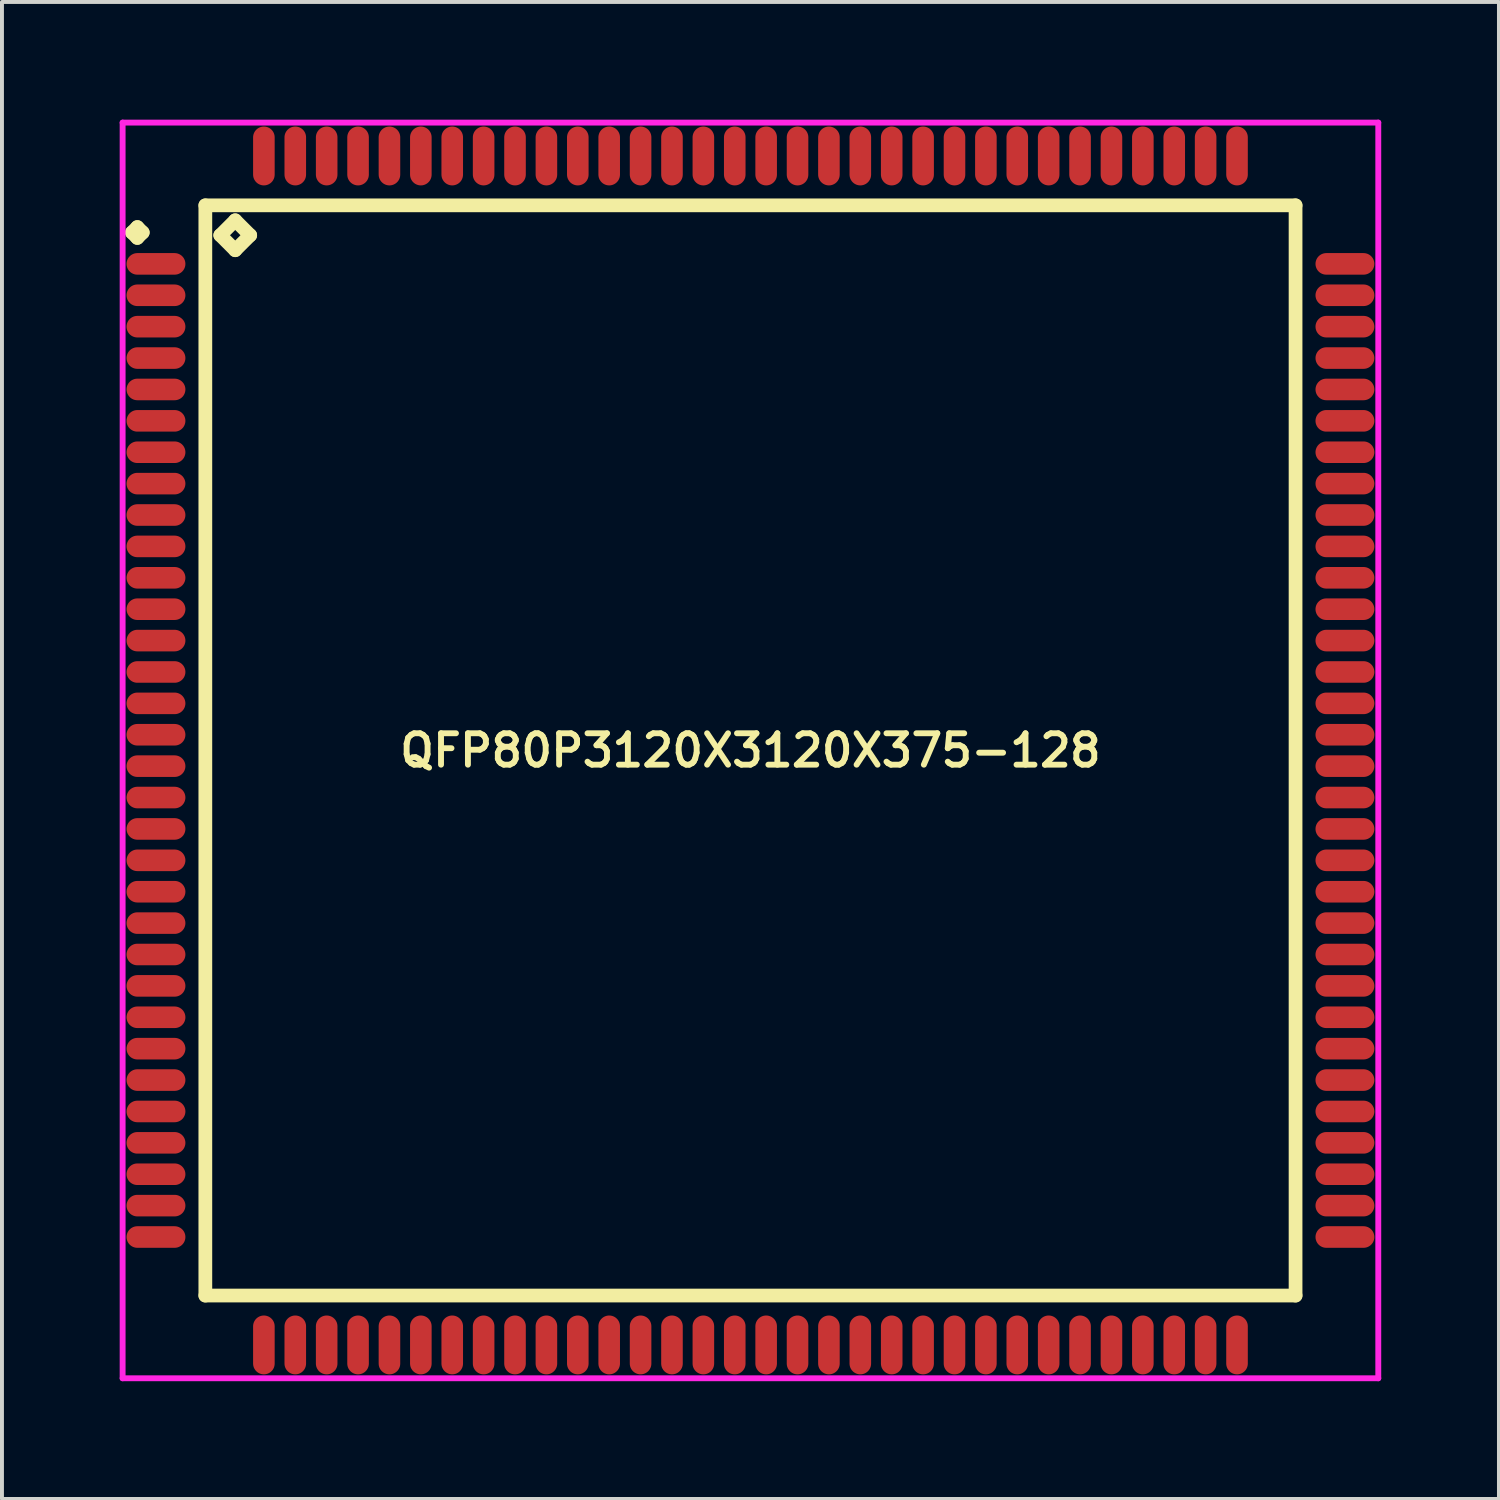
<source format=kicad_pcb>
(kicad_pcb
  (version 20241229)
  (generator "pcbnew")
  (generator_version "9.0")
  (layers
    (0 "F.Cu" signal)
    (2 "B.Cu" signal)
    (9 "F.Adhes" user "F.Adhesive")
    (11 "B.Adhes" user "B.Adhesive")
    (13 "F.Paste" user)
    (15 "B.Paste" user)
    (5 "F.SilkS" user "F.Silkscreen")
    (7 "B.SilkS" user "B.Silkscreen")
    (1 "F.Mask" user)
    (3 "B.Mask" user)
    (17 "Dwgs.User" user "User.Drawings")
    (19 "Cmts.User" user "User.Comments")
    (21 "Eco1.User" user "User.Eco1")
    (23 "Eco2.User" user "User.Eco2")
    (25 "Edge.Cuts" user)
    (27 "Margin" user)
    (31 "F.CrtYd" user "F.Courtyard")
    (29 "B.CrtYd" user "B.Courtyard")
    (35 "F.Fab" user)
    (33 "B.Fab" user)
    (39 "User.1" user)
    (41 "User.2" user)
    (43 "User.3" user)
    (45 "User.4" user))
  (footprint "QFP80P3120X3120X375-128"
    (layer "F.Cu")
    (at 16.075 16.075)
    (property "Reference" "QFP80P3120X3120X375-128" (at 0 0 0) (layer "F.SilkS") (effects (font (size 0.8 0.8) (thickness 0.15))))
    (attr smd)
    (fp_line (start -15.762 -13.2) (end -15.625 -13.338) (stroke (width 0.35) (type solid)) (layer "F.SilkS"))
    (fp_line (start -15.625 -13.338) (end -15.488 -13.2) (stroke (width 0.35) (type solid)) (layer "F.SilkS"))
    (fp_line (start -15.625 -13.062) (end -15.762 -13.2) (stroke (width 0.35) (type solid)) (layer "F.SilkS"))
    (fp_line (start -15.488 -13.2) (end -15.625 -13.062) (stroke (width 0.35) (type solid)) (layer "F.SilkS"))
    (fp_line (start -13.892 -13.892) (end -13.892 13.892) (stroke (width 0.35) (type solid)) (layer "F.SilkS"))
    (fp_line (start -13.892 13.892) (end 13.892 13.892) (stroke (width 0.35) (type solid)) (layer "F.SilkS"))
    (fp_line (start -13.511 -13.13) (end -13.13 -13.511) (stroke (width 0.35) (type solid)) (layer "F.SilkS"))
    (fp_line (start -13.13 -13.511) (end -12.749 -13.13) (stroke (width 0.35) (type solid)) (layer "F.SilkS"))
    (fp_line (start -13.13 -12.749) (end -13.511 -13.13) (stroke (width 0.35) (type solid)) (layer "F.SilkS"))
    (fp_line (start -12.749 -13.13) (end -13.13 -12.749) (stroke (width 0.35) (type solid)) (layer "F.SilkS"))
    (fp_line (start 13.892 -13.892) (end -13.892 -13.892) (stroke (width 0.35) (type solid)) (layer "F.SilkS"))
    (fp_line (start 13.892 13.892) (end 13.892 -13.892) (stroke (width 0.35) (type solid)) (layer "F.SilkS"))
    (fp_line (start -16 -16) (end 16 -16) (stroke (width 0.15) (type solid)) (layer "F.CrtYd"))
    (fp_line (start -16 16) (end -16 -16) (stroke (width 0.15) (type solid)) (layer "F.CrtYd"))
    (fp_line (start 16 -16) (end 16 16) (stroke (width 0.15) (type solid)) (layer "F.CrtYd"))
    (fp_line (start 16 16) (end -16 16) (stroke (width 0.15) (type solid)) (layer "F.CrtYd"))
    (pad "1" smd oval (at -15.15 -12.4) (size 1.5 0.55) (layers "F.Cu" "F.Mask" "F.Paste"))
    (pad "2" smd oval (at -15.15 -11.6) (size 1.5 0.55) (layers "F.Cu" "F.Mask" "F.Paste"))
    (pad "3" smd oval (at -15.15 -10.8) (size 1.5 0.55) (layers "F.Cu" "F.Mask" "F.Paste"))
    (pad "4" smd oval (at -15.15 -10) (size 1.5 0.55) (layers "F.Cu" "F.Mask" "F.Paste"))
    (pad "5" smd oval (at -15.15 -9.2) (size 1.5 0.55) (layers "F.Cu" "F.Mask" "F.Paste"))
    (pad "6" smd oval (at -15.15 -8.4) (size 1.5 0.55) (layers "F.Cu" "F.Mask" "F.Paste"))
    (pad "7" smd oval (at -15.15 -7.6) (size 1.5 0.55) (layers "F.Cu" "F.Mask" "F.Paste"))
    (pad "8" smd oval (at -15.15 -6.8) (size 1.5 0.55) (layers "F.Cu" "F.Mask" "F.Paste"))
    (pad "9" smd oval (at -15.15 -6) (size 1.5 0.55) (layers "F.Cu" "F.Mask" "F.Paste"))
    (pad "10" smd oval (at -15.15 -5.2) (size 1.5 0.55) (layers "F.Cu" "F.Mask" "F.Paste"))
    (pad "11" smd oval (at -15.15 -4.4) (size 1.5 0.55) (layers "F.Cu" "F.Mask" "F.Paste"))
    (pad "12" smd oval (at -15.15 -3.6) (size 1.5 0.55) (layers "F.Cu" "F.Mask" "F.Paste"))
    (pad "13" smd oval (at -15.15 -2.8) (size 1.5 0.55) (layers "F.Cu" "F.Mask" "F.Paste"))
    (pad "14" smd oval (at -15.15 -2) (size 1.5 0.55) (layers "F.Cu" "F.Mask" "F.Paste"))
    (pad "15" smd oval (at -15.15 -1.2) (size 1.5 0.55) (layers "F.Cu" "F.Mask" "F.Paste"))
    (pad "16" smd oval (at -15.15 -0.4) (size 1.5 0.55) (layers "F.Cu" "F.Mask" "F.Paste"))
    (pad "17" smd oval (at -15.15 0.4) (size 1.5 0.55) (layers "F.Cu" "F.Mask" "F.Paste"))
    (pad "18" smd oval (at -15.15 1.2) (size 1.5 0.55) (layers "F.Cu" "F.Mask" "F.Paste"))
    (pad "19" smd oval (at -15.15 2) (size 1.5 0.55) (layers "F.Cu" "F.Mask" "F.Paste"))
    (pad "20" smd oval (at -15.15 2.8) (size 1.5 0.55) (layers "F.Cu" "F.Mask" "F.Paste"))
    (pad "21" smd oval (at -15.15 3.6) (size 1.5 0.55) (layers "F.Cu" "F.Mask" "F.Paste"))
    (pad "22" smd oval (at -15.15 4.4) (size 1.5 0.55) (layers "F.Cu" "F.Mask" "F.Paste"))
    (pad "23" smd oval (at -15.15 5.2) (size 1.5 0.55) (layers "F.Cu" "F.Mask" "F.Paste"))
    (pad "24" smd oval (at -15.15 6) (size 1.5 0.55) (layers "F.Cu" "F.Mask" "F.Paste"))
    (pad "25" smd oval (at -15.15 6.8) (size 1.5 0.55) (layers "F.Cu" "F.Mask" "F.Paste"))
    (pad "26" smd oval (at -15.15 7.6) (size 1.5 0.55) (layers "F.Cu" "F.Mask" "F.Paste"))
    (pad "27" smd oval (at -15.15 8.4) (size 1.5 0.55) (layers "F.Cu" "F.Mask" "F.Paste"))
    (pad "28" smd oval (at -15.15 9.2) (size 1.5 0.55) (layers "F.Cu" "F.Mask" "F.Paste"))
    (pad "29" smd oval (at -15.15 10) (size 1.5 0.55) (layers "F.Cu" "F.Mask" "F.Paste"))
    (pad "30" smd oval (at -15.15 10.8) (size 1.5 0.55) (layers "F.Cu" "F.Mask" "F.Paste"))
    (pad "31" smd oval (at -15.15 11.6) (size 1.5 0.55) (layers "F.Cu" "F.Mask" "F.Paste"))
    (pad "32" smd oval (at -15.15 12.4) (size 1.5 0.55) (layers "F.Cu" "F.Mask" "F.Paste"))
    (pad "33" smd oval (at -12.4 15.15) (size 0.55 1.5) (layers "F.Cu" "F.Mask" "F.Paste"))
    (pad "34" smd oval (at -11.6 15.15) (size 0.55 1.5) (layers "F.Cu" "F.Mask" "F.Paste"))
    (pad "35" smd oval (at -10.8 15.15) (size 0.55 1.5) (layers "F.Cu" "F.Mask" "F.Paste"))
    (pad "36" smd oval (at -10 15.15) (size 0.55 1.5) (layers "F.Cu" "F.Mask" "F.Paste"))
    (pad "37" smd oval (at -9.2 15.15) (size 0.55 1.5) (layers "F.Cu" "F.Mask" "F.Paste"))
    (pad "38" smd oval (at -8.4 15.15) (size 0.55 1.5) (layers "F.Cu" "F.Mask" "F.Paste"))
    (pad "39" smd oval (at -7.6 15.15) (size 0.55 1.5) (layers "F.Cu" "F.Mask" "F.Paste"))
    (pad "40" smd oval (at -6.8 15.15) (size 0.55 1.5) (layers "F.Cu" "F.Mask" "F.Paste"))
    (pad "41" smd oval (at -6 15.15) (size 0.55 1.5) (layers "F.Cu" "F.Mask" "F.Paste"))
    (pad "42" smd oval (at -5.2 15.15) (size 0.55 1.5) (layers "F.Cu" "F.Mask" "F.Paste"))
    (pad "43" smd oval (at -4.4 15.15) (size 0.55 1.5) (layers "F.Cu" "F.Mask" "F.Paste"))
    (pad "44" smd oval (at -3.6 15.15) (size 0.55 1.5) (layers "F.Cu" "F.Mask" "F.Paste"))
    (pad "45" smd oval (at -2.8 15.15) (size 0.55 1.5) (layers "F.Cu" "F.Mask" "F.Paste"))
    (pad "46" smd oval (at -2 15.15) (size 0.55 1.5) (layers "F.Cu" "F.Mask" "F.Paste"))
    (pad "47" smd oval (at -1.2 15.15) (size 0.55 1.5) (layers "F.Cu" "F.Mask" "F.Paste"))
    (pad "48" smd oval (at -0.4 15.15) (size 0.55 1.5) (layers "F.Cu" "F.Mask" "F.Paste"))
    (pad "49" smd oval (at 0.4 15.15) (size 0.55 1.5) (layers "F.Cu" "F.Mask" "F.Paste"))
    (pad "50" smd oval (at 1.2 15.15) (size 0.55 1.5) (layers "F.Cu" "F.Mask" "F.Paste"))
    (pad "51" smd oval (at 2 15.15) (size 0.55 1.5) (layers "F.Cu" "F.Mask" "F.Paste"))
    (pad "52" smd oval (at 2.8 15.15) (size 0.55 1.5) (layers "F.Cu" "F.Mask" "F.Paste"))
    (pad "53" smd oval (at 3.6 15.15) (size 0.55 1.5) (layers "F.Cu" "F.Mask" "F.Paste"))
    (pad "54" smd oval (at 4.4 15.15) (size 0.55 1.5) (layers "F.Cu" "F.Mask" "F.Paste"))
    (pad "55" smd oval (at 5.2 15.15) (size 0.55 1.5) (layers "F.Cu" "F.Mask" "F.Paste"))
    (pad "56" smd oval (at 6 15.15) (size 0.55 1.5) (layers "F.Cu" "F.Mask" "F.Paste"))
    (pad "57" smd oval (at 6.8 15.15) (size 0.55 1.5) (layers "F.Cu" "F.Mask" "F.Paste"))
    (pad "58" smd oval (at 7.6 15.15) (size 0.55 1.5) (layers "F.Cu" "F.Mask" "F.Paste"))
    (pad "59" smd oval (at 8.4 15.15) (size 0.55 1.5) (layers "F.Cu" "F.Mask" "F.Paste"))
    (pad "60" smd oval (at 9.2 15.15) (size 0.55 1.5) (layers "F.Cu" "F.Mask" "F.Paste"))
    (pad "61" smd oval (at 10 15.15) (size 0.55 1.5) (layers "F.Cu" "F.Mask" "F.Paste"))
    (pad "62" smd oval (at 10.8 15.15) (size 0.55 1.5) (layers "F.Cu" "F.Mask" "F.Paste"))
    (pad "63" smd oval (at 11.6 15.15) (size 0.55 1.5) (layers "F.Cu" "F.Mask" "F.Paste"))
    (pad "64" smd oval (at 12.4 15.15) (size 0.55 1.5) (layers "F.Cu" "F.Mask" "F.Paste"))
    (pad "65" smd oval (at 15.15 12.4) (size 1.5 0.55) (layers "F.Cu" "F.Mask" "F.Paste"))
    (pad "66" smd oval (at 15.15 11.6) (size 1.5 0.55) (layers "F.Cu" "F.Mask" "F.Paste"))
    (pad "67" smd oval (at 15.15 10.8) (size 1.5 0.55) (layers "F.Cu" "F.Mask" "F.Paste"))
    (pad "68" smd oval (at 15.15 10) (size 1.5 0.55) (layers "F.Cu" "F.Mask" "F.Paste"))
    (pad "69" smd oval (at 15.15 9.2) (size 1.5 0.55) (layers "F.Cu" "F.Mask" "F.Paste"))
    (pad "70" smd oval (at 15.15 8.4) (size 1.5 0.55) (layers "F.Cu" "F.Mask" "F.Paste"))
    (pad "71" smd oval (at 15.15 7.6) (size 1.5 0.55) (layers "F.Cu" "F.Mask" "F.Paste"))
    (pad "72" smd oval (at 15.15 6.8) (size 1.5 0.55) (layers "F.Cu" "F.Mask" "F.Paste"))
    (pad "73" smd oval (at 15.15 6) (size 1.5 0.55) (layers "F.Cu" "F.Mask" "F.Paste"))
    (pad "74" smd oval (at 15.15 5.2) (size 1.5 0.55) (layers "F.Cu" "F.Mask" "F.Paste"))
    (pad "75" smd oval (at 15.15 4.4) (size 1.5 0.55) (layers "F.Cu" "F.Mask" "F.Paste"))
    (pad "76" smd oval (at 15.15 3.6) (size 1.5 0.55) (layers "F.Cu" "F.Mask" "F.Paste"))
    (pad "77" smd oval (at 15.15 2.8) (size 1.5 0.55) (layers "F.Cu" "F.Mask" "F.Paste"))
    (pad "78" smd oval (at 15.15 2) (size 1.5 0.55) (layers "F.Cu" "F.Mask" "F.Paste"))
    (pad "79" smd oval (at 15.15 1.2) (size 1.5 0.55) (layers "F.Cu" "F.Mask" "F.Paste"))
    (pad "80" smd oval (at 15.15 0.4) (size 1.5 0.55) (layers "F.Cu" "F.Mask" "F.Paste"))
    (pad "81" smd oval (at 15.15 -0.4) (size 1.5 0.55) (layers "F.Cu" "F.Mask" "F.Paste"))
    (pad "82" smd oval (at 15.15 -1.2) (size 1.5 0.55) (layers "F.Cu" "F.Mask" "F.Paste"))
    (pad "83" smd oval (at 15.15 -2) (size 1.5 0.55) (layers "F.Cu" "F.Mask" "F.Paste"))
    (pad "84" smd oval (at 15.15 -2.8) (size 1.5 0.55) (layers "F.Cu" "F.Mask" "F.Paste"))
    (pad "85" smd oval (at 15.15 -3.6) (size 1.5 0.55) (layers "F.Cu" "F.Mask" "F.Paste"))
    (pad "86" smd oval (at 15.15 -4.4) (size 1.5 0.55) (layers "F.Cu" "F.Mask" "F.Paste"))
    (pad "87" smd oval (at 15.15 -5.2) (size 1.5 0.55) (layers "F.Cu" "F.Mask" "F.Paste"))
    (pad "88" smd oval (at 15.15 -6) (size 1.5 0.55) (layers "F.Cu" "F.Mask" "F.Paste"))
    (pad "89" smd oval (at 15.15 -6.8) (size 1.5 0.55) (layers "F.Cu" "F.Mask" "F.Paste"))
    (pad "90" smd oval (at 15.15 -7.6) (size 1.5 0.55) (layers "F.Cu" "F.Mask" "F.Paste"))
    (pad "91" smd oval (at 15.15 -8.4) (size 1.5 0.55) (layers "F.Cu" "F.Mask" "F.Paste"))
    (pad "92" smd oval (at 15.15 -9.2) (size 1.5 0.55) (layers "F.Cu" "F.Mask" "F.Paste"))
    (pad "93" smd oval (at 15.15 -10) (size 1.5 0.55) (layers "F.Cu" "F.Mask" "F.Paste"))
    (pad "94" smd oval (at 15.15 -10.8) (size 1.5 0.55) (layers "F.Cu" "F.Mask" "F.Paste"))
    (pad "95" smd oval (at 15.15 -11.6) (size 1.5 0.55) (layers "F.Cu" "F.Mask" "F.Paste"))
    (pad "96" smd oval (at 15.15 -12.4) (size 1.5 0.55) (layers "F.Cu" "F.Mask" "F.Paste"))
    (pad "97" smd oval (at 12.4 -15.15) (size 0.55 1.5) (layers "F.Cu" "F.Mask" "F.Paste"))
    (pad "98" smd oval (at 11.6 -15.15) (size 0.55 1.5) (layers "F.Cu" "F.Mask" "F.Paste"))
    (pad "99" smd oval (at 10.8 -15.15) (size 0.55 1.5) (layers "F.Cu" "F.Mask" "F.Paste"))
    (pad "100" smd oval (at 10 -15.15) (size 0.55 1.5) (layers "F.Cu" "F.Mask" "F.Paste"))
    (pad "101" smd oval (at 9.2 -15.15) (size 0.55 1.5) (layers "F.Cu" "F.Mask" "F.Paste"))
    (pad "102" smd oval (at 8.4 -15.15) (size 0.55 1.5) (layers "F.Cu" "F.Mask" "F.Paste"))
    (pad "103" smd oval (at 7.6 -15.15) (size 0.55 1.5) (layers "F.Cu" "F.Mask" "F.Paste"))
    (pad "104" smd oval (at 6.8 -15.15) (size 0.55 1.5) (layers "F.Cu" "F.Mask" "F.Paste"))
    (pad "105" smd oval (at 6 -15.15) (size 0.55 1.5) (layers "F.Cu" "F.Mask" "F.Paste"))
    (pad "106" smd oval (at 5.2 -15.15) (size 0.55 1.5) (layers "F.Cu" "F.Mask" "F.Paste"))
    (pad "107" smd oval (at 4.4 -15.15) (size 0.55 1.5) (layers "F.Cu" "F.Mask" "F.Paste"))
    (pad "108" smd oval (at 3.6 -15.15) (size 0.55 1.5) (layers "F.Cu" "F.Mask" "F.Paste"))
    (pad "109" smd oval (at 2.8 -15.15) (size 0.55 1.5) (layers "F.Cu" "F.Mask" "F.Paste"))
    (pad "110" smd oval (at 2 -15.15) (size 0.55 1.5) (layers "F.Cu" "F.Mask" "F.Paste"))
    (pad "111" smd oval (at 1.2 -15.15) (size 0.55 1.5) (layers "F.Cu" "F.Mask" "F.Paste"))
    (pad "112" smd oval (at 0.4 -15.15) (size 0.55 1.5) (layers "F.Cu" "F.Mask" "F.Paste"))
    (pad "113" smd oval (at -0.4 -15.15) (size 0.55 1.5) (layers "F.Cu" "F.Mask" "F.Paste"))
    (pad "114" smd oval (at -1.2 -15.15) (size 0.55 1.5) (layers "F.Cu" "F.Mask" "F.Paste"))
    (pad "115" smd oval (at -2 -15.15) (size 0.55 1.5) (layers "F.Cu" "F.Mask" "F.Paste"))
    (pad "116" smd oval (at -2.8 -15.15) (size 0.55 1.5) (layers "F.Cu" "F.Mask" "F.Paste"))
    (pad "117" smd oval (at -3.6 -15.15) (size 0.55 1.5) (layers "F.Cu" "F.Mask" "F.Paste"))
    (pad "118" smd oval (at -4.4 -15.15) (size 0.55 1.5) (layers "F.Cu" "F.Mask" "F.Paste"))
    (pad "119" smd oval (at -5.2 -15.15) (size 0.55 1.5) (layers "F.Cu" "F.Mask" "F.Paste"))
    (pad "120" smd oval (at -6 -15.15) (size 0.55 1.5) (layers "F.Cu" "F.Mask" "F.Paste"))
    (pad "121" smd oval (at -6.8 -15.15) (size 0.55 1.5) (layers "F.Cu" "F.Mask" "F.Paste"))
    (pad "122" smd oval (at -7.6 -15.15) (size 0.55 1.5) (layers "F.Cu" "F.Mask" "F.Paste"))
    (pad "123" smd oval (at -8.4 -15.15) (size 0.55 1.5) (layers "F.Cu" "F.Mask" "F.Paste"))
    (pad "124" smd oval (at -9.2 -15.15) (size 0.55 1.5) (layers "F.Cu" "F.Mask" "F.Paste"))
    (pad "125" smd oval (at -10 -15.15) (size 0.55 1.5) (layers "F.Cu" "F.Mask" "F.Paste"))
    (pad "126" smd oval (at -10.8 -15.15) (size 0.55 1.5) (layers "F.Cu" "F.Mask" "F.Paste"))
    (pad "127" smd oval (at -11.6 -15.15) (size 0.55 1.5) (layers "F.Cu" "F.Mask" "F.Paste"))
    (pad "128" smd oval (at -12.4 -15.15) (size 0.55 1.5) (layers "F.Cu" "F.Mask" "F.Paste")))
  (gr_rect
    (start -3 -3)
    (end 35.15 35.15)
    (stroke (width 0.1) (type default))
    (fill no)
    (layer "Edge.Cuts")))
</source>
